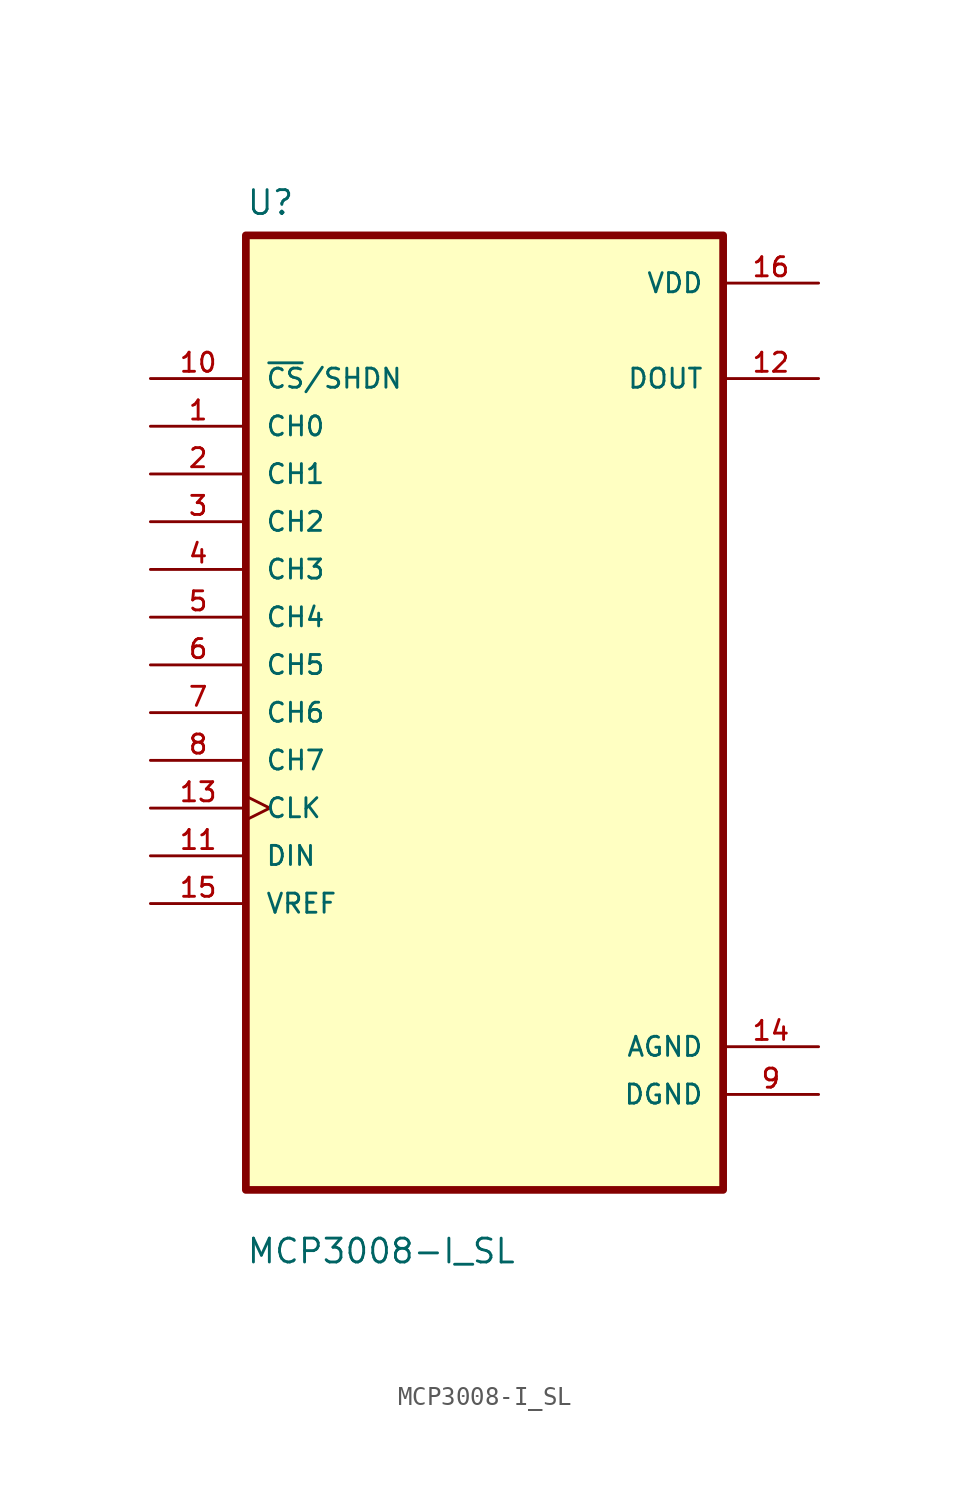
<source format=kicad_sym>
(kicad_symbol_lib
  (version 20211014)
  (generator kicad_symbol_editor)
  (symbol "MCP3008-I_SL"
    (pin_names
      (offset 1.016))
    (property "Reference" "U"
      (at -12.7 26.4 0.0)
      (effects (font (size 1.27 1.27)) (justify bottom left)))
    (property "Value" "MCP3008-I_SL"
      (at -12.7 -29.4 0.0)
      (effects (font (size 1.27 1.27)) (justify bottom left)))
    (symbol "MCP3008-I_SL_0_0"
      (rectangle (start -12.7 -25.4) (end 12.7 25.4) (stroke (width 0.41)) (fill (type background)))
      (pin input line (at -17.78 17.78 0) (length 5.08) (name "~{CS}/SHDN" (effects (font (size 1.016 1.016)))) (number "10" (effects (font (size 1.016 1.016)))))
      (pin input line (at -17.78 15.24 0) (length 5.08) (name "CH0" (effects (font (size 1.016 1.016)))) (number "1" (effects (font (size 1.016 1.016)))))
      (pin input line (at -17.78 12.7 0) (length 5.08) (name "CH1" (effects (font (size 1.016 1.016)))) (number "2" (effects (font (size 1.016 1.016)))))
      (pin input line (at -17.78 10.16 0) (length 5.08) (name "CH2" (effects (font (size 1.016 1.016)))) (number "3" (effects (font (size 1.016 1.016)))))
      (pin input line (at -17.78 7.62 0) (length 5.08) (name "CH3" (effects (font (size 1.016 1.016)))) (number "4" (effects (font (size 1.016 1.016)))))
      (pin input line (at -17.78 5.08 0) (length 5.08) (name "CH4" (effects (font (size 1.016 1.016)))) (number "5" (effects (font (size 1.016 1.016)))))
      (pin input line (at -17.78 2.54 0) (length 5.08) (name "CH5" (effects (font (size 1.016 1.016)))) (number "6" (effects (font (size 1.016 1.016)))))
      (pin input line (at -17.78 3.55271e-15 0) (length 5.08) (name "CH6" (effects (font (size 1.016 1.016)))) (number "7" (effects (font (size 1.016 1.016)))))
      (pin input line (at -17.78 -2.54 0) (length 5.08) (name "CH7" (effects (font (size 1.016 1.016)))) (number "8" (effects (font (size 1.016 1.016)))))
      (pin input clock (at -17.78 -5.08 0) (length 5.08) (name "CLK" (effects (font (size 1.016 1.016)))) (number "13" (effects (font (size 1.016 1.016)))))
      (pin input line (at -17.78 -7.62 0) (length 5.08) (name "DIN" (effects (font (size 1.016 1.016)))) (number "11" (effects (font (size 1.016 1.016)))))
      (pin input line (at -17.78 -10.16 0) (length 5.08) (name "VREF" (effects (font (size 1.016 1.016)))) (number "15" (effects (font (size 1.016 1.016)))))
      (pin power_in line (at 17.78 22.86 180.0) (length 5.08) (name "VDD" (effects (font (size 1.016 1.016)))) (number "16" (effects (font (size 1.016 1.016)))))
      (pin output line (at 17.78 17.78 180.0) (length 5.08) (name "DOUT" (effects (font (size 1.016 1.016)))) (number "12" (effects (font (size 1.016 1.016)))))
      (pin power_in line (at 17.78 -17.78 180.0) (length 5.08) (name "AGND" (effects (font (size 1.016 1.016)))) (number "14" (effects (font (size 1.016 1.016)))))
      (pin power_in line (at 17.78 -20.32 180.0) (length 5.08) (name "DGND" (effects (font (size 1.016 1.016)))) (number "9" (effects (font (size 1.016 1.016))))))))
</source>
